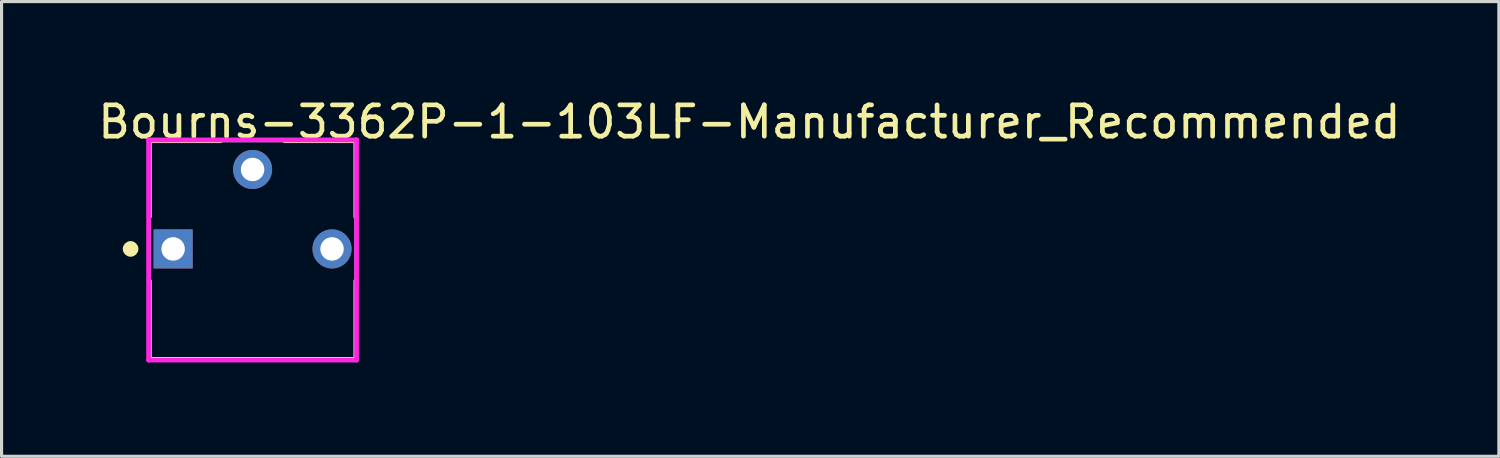
<source format=kicad_pcb>
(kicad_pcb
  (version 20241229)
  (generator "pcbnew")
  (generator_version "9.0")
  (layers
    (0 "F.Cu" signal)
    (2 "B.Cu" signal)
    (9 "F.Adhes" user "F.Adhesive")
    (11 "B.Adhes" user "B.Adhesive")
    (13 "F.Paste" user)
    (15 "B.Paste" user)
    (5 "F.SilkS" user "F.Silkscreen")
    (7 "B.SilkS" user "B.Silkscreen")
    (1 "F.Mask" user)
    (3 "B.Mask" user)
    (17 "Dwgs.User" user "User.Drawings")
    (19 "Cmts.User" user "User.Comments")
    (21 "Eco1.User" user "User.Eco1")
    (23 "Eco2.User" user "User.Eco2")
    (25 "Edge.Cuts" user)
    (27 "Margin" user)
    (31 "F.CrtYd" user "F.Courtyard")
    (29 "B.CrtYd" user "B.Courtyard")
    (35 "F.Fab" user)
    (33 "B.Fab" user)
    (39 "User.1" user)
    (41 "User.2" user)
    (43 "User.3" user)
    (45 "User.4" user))
  (footprint "Bourns-3362P-1-103LF-Manufacturer_Recommended"
    (layer "F.Cu")
    (at 5.025 4.943)
    (property "Reference" "Bourns-3362P-1-103LF-Manufacturer_Recommended" (at -5.025 -4.095 0) (layer "F.SilkS") (effects (font (size 1 1) (thickness 0.15)) (justify left)))
    (attr through_hole)
    (fp_line (start -3.3 -3.495) (end -1.025 -3.495) (stroke (width 0.15) (type solid)) (layer "F.SilkS"))
    (fp_line (start -3.3 -1.06) (end -3.3 -3.495) (stroke (width 0.15) (type solid)) (layer "F.SilkS"))
    (fp_line (start -3.3 3.495) (end -3.3 0.99) (stroke (width 0.15) (type solid)) (layer "F.SilkS"))
    (fp_line (start -3.3 3.495) (end 3.3 3.495) (stroke (width 0.15) (type solid)) (layer "F.SilkS"))
    (fp_line (start 1.025 -3.495) (end 3.3 -3.495) (stroke (width 0.15) (type solid)) (layer "F.SilkS"))
    (fp_line (start 3.3 -1.06) (end 3.3 -3.495) (stroke (width 0.15) (type solid)) (layer "F.SilkS"))
    (fp_line (start 3.3 3.495) (end 3.3 0.99) (stroke (width 0.15) (type solid)) (layer "F.SilkS"))
    (fp_circle (center -3.9 -0.035) (end -3.775 -0.035) (stroke (width 0.25) (type solid)) (fill no) (layer "F.SilkS"))
    (fp_line (start -3.325 -3.52) (end -3.325 3.52) (stroke (width 0.15) (type solid)) (layer "F.CrtYd"))
    (fp_line (start -3.325 3.52) (end 3.325 3.52) (stroke (width 0.15) (type solid)) (layer "F.CrtYd"))
    (fp_line (start 3.325 -3.52) (end -3.325 -3.52) (stroke (width 0.15) (type solid)) (layer "F.CrtYd"))
    (fp_line (start 3.325 -3.52) (end 3.325 -3.52) (stroke (width 0.15) (type solid)) (layer "F.CrtYd"))
    (fp_line (start 3.325 3.52) (end 3.325 -3.52) (stroke (width 0.15) (type solid)) (layer "F.CrtYd"))
    (fp_line (start -3.3 -3.495) (end 3.3 -3.495) (stroke (width 0.1) (type solid)) (layer "F.Fab"))
    (fp_line (start -3.3 3.495) (end -3.3 -3.495) (stroke (width 0.1) (type solid)) (layer "F.Fab"))
    (fp_line (start -3.3 3.495) (end 3.3 3.495) (stroke (width 0.1) (type solid)) (layer "F.Fab"))
    (fp_line (start 3.3 3.495) (end 3.3 -3.495) (stroke (width 0.1) (type solid)) (layer "F.Fab"))
    (pad "1" thru_hole rect (at -2.54 -0.035) (size 1.25 1.25) (drill 0.75) (layers "*.Cu"))
    (pad "2" thru_hole circle (at 0 -2.575) (size 1.25 1.25) (drill 0.75) (layers "*.Cu"))
    (pad "3" thru_hole circle (at 2.54 -0.035) (size 1.25 1.25) (drill 0.75) (layers "*.Cu")))
  (gr_rect
    (start -3 -3)
    (end 44.869 11.538)
    (stroke (width 0.1) (type default))
    (fill no)
    (layer "Edge.Cuts")))
</source>
